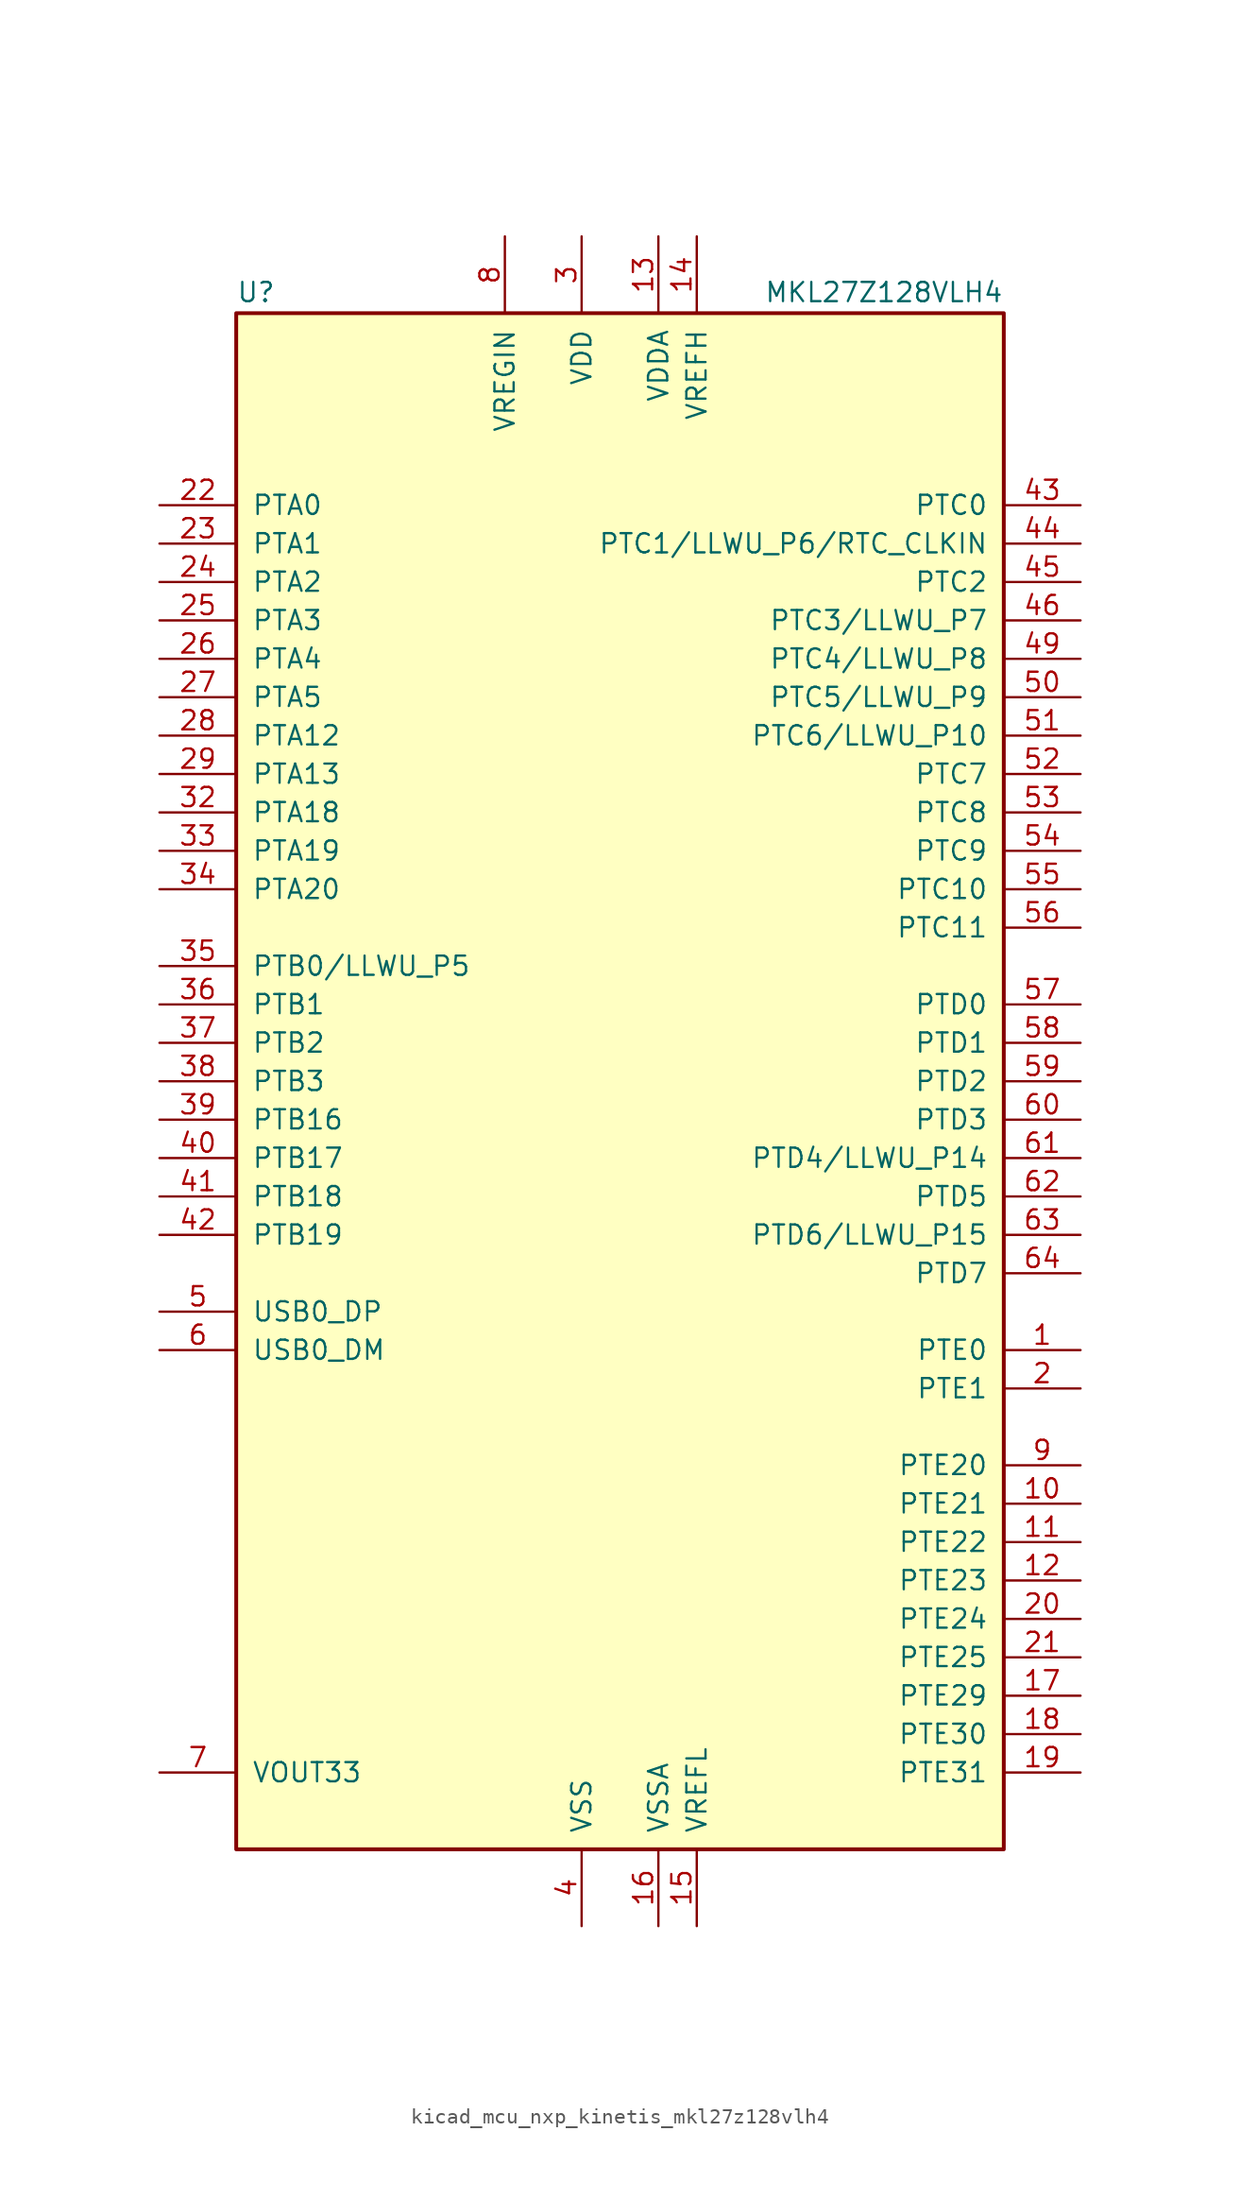
<source format=kicad_sym>
(kicad_symbol_lib
  (version 20220914)
  (generator kicad_symbol_editor)
  (symbol "kicad_mcu_nxp_kinetis_mkl27z128vlh4"
    (pin_names
      (offset 1.016))
    (property "Reference" "U"
      (at -25.4 51.435 0)
      (effects (font (size 1.27 1.27)) (justify left bottom)))
    (property "Value" "MKL27Z128VLH4"
      (at 25.4 51.435 0)
      (effects (font (size 1.27 1.27)) (justify right bottom)))
    (symbol "kicad_mcu_nxp_kinetis_mkl27z128vlh4_0_1"
      (rectangle (start -25.4 50.8) (end 25.4 -50.8) (stroke (width 0.254) (type default)) (fill (type background))))
    (symbol "kicad_mcu_nxp_kinetis_mkl27z128vlh4_1_1"
      (pin bidirectional line (at 30.48 -17.78 180) (length 5.08) (name "PTE0" (effects (font (size 1.27 1.27)))) (number "1" (effects (font (size 1.27 1.27)))))
      (pin bidirectional line (at 30.48 -27.94 180) (length 5.08) (name "PTE21" (effects (font (size 1.27 1.27)))) (number "10" (effects (font (size 1.27 1.27)))))
      (pin bidirectional line (at 30.48 -30.48 180) (length 5.08) (name "PTE22" (effects (font (size 1.27 1.27)))) (number "11" (effects (font (size 1.27 1.27)))))
      (pin bidirectional line (at 30.48 -33.02 180) (length 5.08) (name "PTE23" (effects (font (size 1.27 1.27)))) (number "12" (effects (font (size 1.27 1.27)))))
      (pin power_in line (at 2.54 55.88 270) (length 5.08) (name "VDDA" (effects (font (size 1.27 1.27)))) (number "13" (effects (font (size 1.27 1.27)))))
      (pin power_in line (at 5.08 55.88 270) (length 5.08) (name "VREFH" (effects (font (size 1.27 1.27)))) (number "14" (effects (font (size 1.27 1.27)))))
      (pin power_in line (at 5.08 -55.88 90) (length 5.08) (name "VREFL" (effects (font (size 1.27 1.27)))) (number "15" (effects (font (size 1.27 1.27)))))
      (pin power_in line (at 2.54 -55.88 90) (length 5.08) (name "VSSA" (effects (font (size 1.27 1.27)))) (number "16" (effects (font (size 1.27 1.27)))))
      (pin bidirectional line (at 30.48 -40.64 180) (length 5.08) (name "PTE29" (effects (font (size 1.27 1.27)))) (number "17" (effects (font (size 1.27 1.27)))))
      (pin bidirectional line (at 30.48 -43.18 180) (length 5.08) (name "PTE30" (effects (font (size 1.27 1.27)))) (number "18" (effects (font (size 1.27 1.27)))))
      (pin bidirectional line (at 30.48 -45.72 180) (length 5.08) (name "PTE31" (effects (font (size 1.27 1.27)))) (number "19" (effects (font (size 1.27 1.27)))))
      (pin bidirectional line (at 30.48 -20.32 180) (length 5.08) (name "PTE1" (effects (font (size 1.27 1.27)))) (number "2" (effects (font (size 1.27 1.27)))))
      (pin bidirectional line (at 30.48 -35.56 180) (length 5.08) (name "PTE24" (effects (font (size 1.27 1.27)))) (number "20" (effects (font (size 1.27 1.27)))))
      (pin bidirectional line (at 30.48 -38.1 180) (length 5.08) (name "PTE25" (effects (font (size 1.27 1.27)))) (number "21" (effects (font (size 1.27 1.27)))))
      (pin bidirectional line (at -30.48 38.1 0) (length 5.08) (name "PTA0" (effects (font (size 1.27 1.27)))) (number "22" (effects (font (size 1.27 1.27)))))
      (pin bidirectional line (at -30.48 35.56 0) (length 5.08) (name "PTA1" (effects (font (size 1.27 1.27)))) (number "23" (effects (font (size 1.27 1.27)))))
      (pin bidirectional line (at -30.48 33.02 0) (length 5.08) (name "PTA2" (effects (font (size 1.27 1.27)))) (number "24" (effects (font (size 1.27 1.27)))))
      (pin bidirectional line (at -30.48 30.48 0) (length 5.08) (name "PTA3" (effects (font (size 1.27 1.27)))) (number "25" (effects (font (size 1.27 1.27)))))
      (pin bidirectional line (at -30.48 27.94 0) (length 5.08) (name "PTA4" (effects (font (size 1.27 1.27)))) (number "26" (effects (font (size 1.27 1.27)))))
      (pin bidirectional line (at -30.48 25.4 0) (length 5.08) (name "PTA5" (effects (font (size 1.27 1.27)))) (number "27" (effects (font (size 1.27 1.27)))))
      (pin bidirectional line (at -30.48 22.86 0) (length 5.08) (name "PTA12" (effects (font (size 1.27 1.27)))) (number "28" (effects (font (size 1.27 1.27)))))
      (pin bidirectional line (at -30.48 20.32 0) (length 5.08) (name "PTA13" (effects (font (size 1.27 1.27)))) (number "29" (effects (font (size 1.27 1.27)))))
      (pin power_in line (at -2.54 55.88 270) (length 5.08) (name "VDD" (effects (font (size 1.27 1.27)))) (number "3" (effects (font (size 1.27 1.27)))))
      (pin passive line (at -2.54 55.88 270) (length 5.08) hide (name "VDD" (effects (font (size 1.27 1.27)))) (number "30" (effects (font (size 1.27 1.27)))))
      (pin passive line (at -2.54 -55.88 90) (length 5.08) hide (name "VSS" (effects (font (size 1.27 1.27)))) (number "31" (effects (font (size 1.27 1.27)))))
      (pin bidirectional line (at -30.48 17.78 0) (length 5.08) (name "PTA18" (effects (font (size 1.27 1.27)))) (number "32" (effects (font (size 1.27 1.27)))))
      (pin bidirectional line (at -30.48 15.24 0) (length 5.08) (name "PTA19" (effects (font (size 1.27 1.27)))) (number "33" (effects (font (size 1.27 1.27)))))
      (pin bidirectional line (at -30.48 12.7 0) (length 5.08) (name "PTA20" (effects (font (size 1.27 1.27)))) (number "34" (effects (font (size 1.27 1.27)))))
      (pin bidirectional line (at -30.48 7.62 0) (length 5.08) (name "PTB0/LLWU_P5" (effects (font (size 1.27 1.27)))) (number "35" (effects (font (size 1.27 1.27)))))
      (pin bidirectional line (at -30.48 5.08 0) (length 5.08) (name "PTB1" (effects (font (size 1.27 1.27)))) (number "36" (effects (font (size 1.27 1.27)))))
      (pin bidirectional line (at -30.48 2.54 0) (length 5.08) (name "PTB2" (effects (font (size 1.27 1.27)))) (number "37" (effects (font (size 1.27 1.27)))))
      (pin bidirectional line (at -30.48 0 0) (length 5.08) (name "PTB3" (effects (font (size 1.27 1.27)))) (number "38" (effects (font (size 1.27 1.27)))))
      (pin bidirectional line (at -30.48 -2.54 0) (length 5.08) (name "PTB16" (effects (font (size 1.27 1.27)))) (number "39" (effects (font (size 1.27 1.27)))))
      (pin power_in line (at -2.54 -55.88 90) (length 5.08) (name "VSS" (effects (font (size 1.27 1.27)))) (number "4" (effects (font (size 1.27 1.27)))))
      (pin bidirectional line (at -30.48 -5.08 0) (length 5.08) (name "PTB17" (effects (font (size 1.27 1.27)))) (number "40" (effects (font (size 1.27 1.27)))))
      (pin bidirectional line (at -30.48 -7.62 0) (length 5.08) (name "PTB18" (effects (font (size 1.27 1.27)))) (number "41" (effects (font (size 1.27 1.27)))))
      (pin bidirectional line (at -30.48 -10.16 0) (length 5.08) (name "PTB19" (effects (font (size 1.27 1.27)))) (number "42" (effects (font (size 1.27 1.27)))))
      (pin bidirectional line (at 30.48 38.1 180) (length 5.08) (name "PTC0" (effects (font (size 1.27 1.27)))) (number "43" (effects (font (size 1.27 1.27)))))
      (pin bidirectional line (at 30.48 35.56 180) (length 5.08) (name "PTC1/LLWU_P6/RTC_CLKIN" (effects (font (size 1.27 1.27)))) (number "44" (effects (font (size 1.27 1.27)))))
      (pin bidirectional line (at 30.48 33.02 180) (length 5.08) (name "PTC2" (effects (font (size 1.27 1.27)))) (number "45" (effects (font (size 1.27 1.27)))))
      (pin bidirectional line (at 30.48 30.48 180) (length 5.08) (name "PTC3/LLWU_P7" (effects (font (size 1.27 1.27)))) (number "46" (effects (font (size 1.27 1.27)))))
      (pin passive line (at -2.54 -55.88 90) (length 5.08) hide (name "VSS" (effects (font (size 1.27 1.27)))) (number "47" (effects (font (size 1.27 1.27)))))
      (pin passive line (at -2.54 55.88 270) (length 5.08) hide (name "VDD" (effects (font (size 1.27 1.27)))) (number "48" (effects (font (size 1.27 1.27)))))
      (pin bidirectional line (at 30.48 27.94 180) (length 5.08) (name "PTC4/LLWU_P8" (effects (font (size 1.27 1.27)))) (number "49" (effects (font (size 1.27 1.27)))))
      (pin bidirectional line (at -30.48 -15.24 0) (length 5.08) (name "USB0_DP" (effects (font (size 1.27 1.27)))) (number "5" (effects (font (size 1.27 1.27)))))
      (pin bidirectional line (at 30.48 25.4 180) (length 5.08) (name "PTC5/LLWU_P9" (effects (font (size 1.27 1.27)))) (number "50" (effects (font (size 1.27 1.27)))))
      (pin bidirectional line (at 30.48 22.86 180) (length 5.08) (name "PTC6/LLWU_P10" (effects (font (size 1.27 1.27)))) (number "51" (effects (font (size 1.27 1.27)))))
      (pin bidirectional line (at 30.48 20.32 180) (length 5.08) (name "PTC7" (effects (font (size 1.27 1.27)))) (number "52" (effects (font (size 1.27 1.27)))))
      (pin bidirectional line (at 30.48 17.78 180) (length 5.08) (name "PTC8" (effects (font (size 1.27 1.27)))) (number "53" (effects (font (size 1.27 1.27)))))
      (pin bidirectional line (at 30.48 15.24 180) (length 5.08) (name "PTC9" (effects (font (size 1.27 1.27)))) (number "54" (effects (font (size 1.27 1.27)))))
      (pin bidirectional line (at 30.48 12.7 180) (length 5.08) (name "PTC10" (effects (font (size 1.27 1.27)))) (number "55" (effects (font (size 1.27 1.27)))))
      (pin bidirectional line (at 30.48 10.16 180) (length 5.08) (name "PTC11" (effects (font (size 1.27 1.27)))) (number "56" (effects (font (size 1.27 1.27)))))
      (pin bidirectional line (at 30.48 5.08 180) (length 5.08) (name "PTD0" (effects (font (size 1.27 1.27)))) (number "57" (effects (font (size 1.27 1.27)))))
      (pin bidirectional line (at 30.48 2.54 180) (length 5.08) (name "PTD1" (effects (font (size 1.27 1.27)))) (number "58" (effects (font (size 1.27 1.27)))))
      (pin bidirectional line (at 30.48 0 180) (length 5.08) (name "PTD2" (effects (font (size 1.27 1.27)))) (number "59" (effects (font (size 1.27 1.27)))))
      (pin bidirectional line (at -30.48 -17.78 0) (length 5.08) (name "USB0_DM" (effects (font (size 1.27 1.27)))) (number "6" (effects (font (size 1.27 1.27)))))
      (pin bidirectional line (at 30.48 -2.54 180) (length 5.08) (name "PTD3" (effects (font (size 1.27 1.27)))) (number "60" (effects (font (size 1.27 1.27)))))
      (pin bidirectional line (at 30.48 -5.08 180) (length 5.08) (name "PTD4/LLWU_P14" (effects (font (size 1.27 1.27)))) (number "61" (effects (font (size 1.27 1.27)))))
      (pin bidirectional line (at 30.48 -7.62 180) (length 5.08) (name "PTD5" (effects (font (size 1.27 1.27)))) (number "62" (effects (font (size 1.27 1.27)))))
      (pin bidirectional line (at 30.48 -10.16 180) (length 5.08) (name "PTD6/LLWU_P15" (effects (font (size 1.27 1.27)))) (number "63" (effects (font (size 1.27 1.27)))))
      (pin bidirectional line (at 30.48 -12.7 180) (length 5.08) (name "PTD7" (effects (font (size 1.27 1.27)))) (number "64" (effects (font (size 1.27 1.27)))))
      (pin power_out line (at -30.48 -45.72 0) (length 5.08) (name "VOUT33" (effects (font (size 1.27 1.27)))) (number "7" (effects (font (size 1.27 1.27)))))
      (pin power_in line (at -7.62 55.88 270) (length 5.08) (name "VREGIN" (effects (font (size 1.27 1.27)))) (number "8" (effects (font (size 1.27 1.27)))))
      (pin bidirectional line (at 30.48 -25.4 180) (length 5.08) (name "PTE20" (effects (font (size 1.27 1.27)))) (number "9" (effects (font (size 1.27 1.27))))))))
</source>
